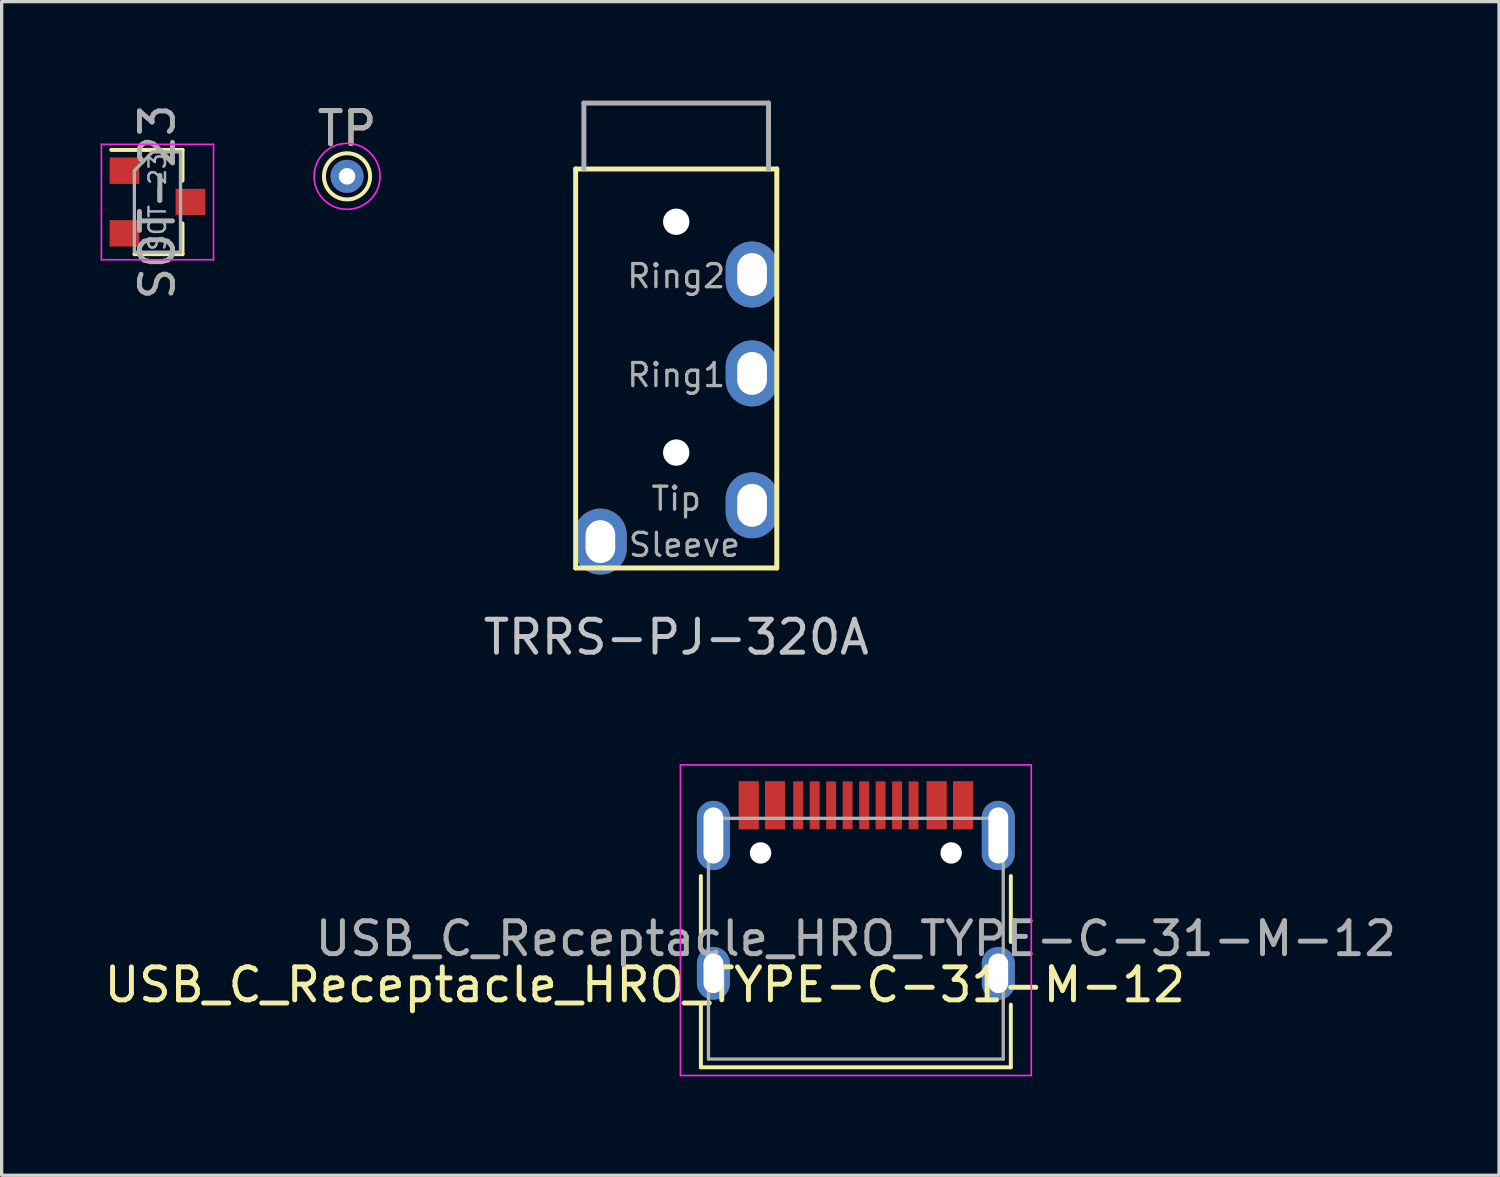
<source format=kicad_pcb>
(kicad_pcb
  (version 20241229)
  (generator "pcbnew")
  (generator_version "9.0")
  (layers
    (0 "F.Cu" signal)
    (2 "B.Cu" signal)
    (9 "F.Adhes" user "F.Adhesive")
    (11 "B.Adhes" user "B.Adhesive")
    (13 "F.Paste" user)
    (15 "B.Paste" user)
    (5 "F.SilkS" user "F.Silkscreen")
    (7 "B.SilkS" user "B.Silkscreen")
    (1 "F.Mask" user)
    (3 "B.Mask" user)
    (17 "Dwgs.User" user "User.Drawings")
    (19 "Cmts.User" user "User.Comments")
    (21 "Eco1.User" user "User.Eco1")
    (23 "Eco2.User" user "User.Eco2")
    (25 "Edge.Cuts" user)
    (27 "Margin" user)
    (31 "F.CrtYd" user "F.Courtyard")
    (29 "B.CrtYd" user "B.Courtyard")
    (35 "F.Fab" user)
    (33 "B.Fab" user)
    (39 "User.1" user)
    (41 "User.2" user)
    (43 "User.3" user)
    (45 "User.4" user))
  (footprint "TRRS-PJ-320A"
    (layer "F.Cu")
    (at 17.458 2.075)
    (property "Reference" "TRRS-PJ-320A" (at 0 14.2 0) (layer "Dwgs.User") (effects (font (size 1 1) (thickness 0.15))))
    (attr through_hole)
    (fp_line (start -3.05 0) (end -3.05 12.1) (stroke (width 0.15) (type solid)) (layer "F.SilkS"))
    (fp_line (start 3.05 0) (end -3.05 0) (stroke (width 0.15) (type solid)) (layer "F.SilkS"))
    (fp_line (start 3.05 0) (end 3.05 12.1) (stroke (width 0.15) (type solid)) (layer "F.SilkS"))
    (fp_line (start 3.05 12.1) (end -3.05 12.1) (stroke (width 0.15) (type solid)) (layer "F.SilkS"))
    (fp_line (start -2.8 0) (end -2.8 -2) (stroke (width 0.15) (type solid)) (layer "F.Fab"))
    (fp_line (start 2.8 -2) (end -2.8 -2) (stroke (width 0.15) (type solid)) (layer "F.Fab"))
    (fp_line (start 2.8 0) (end 2.8 -2) (stroke (width 0.15) (type solid)) (layer "F.Fab"))
    (fp_text user "Ring1" (at 0 6.25 0) (layer "F.Fab") (effects (font (size 0.7 0.7) (thickness 0.1))))
    (fp_text user "Tip" (at 0 10 0) (layer "F.Fab") (effects (font (size 0.7 0.7) (thickness 0.1))))
    (fp_text user "Ring2" (at 0 3.25 0) (layer "F.Fab") (effects (font (size 0.7 0.7) (thickness 0.1))))
    (fp_text user "Sleeve" (at 0.25 11.4 0) (layer "F.Fab") (effects (font (size 0.7 0.7) (thickness 0.1))))
    (pad "" np_thru_hole circle (at 0 1.6) (size 0.8 0.8) (drill 0.8) (layers "*.Cu" "*.Mask"))
    (pad "" np_thru_hole circle (at 0 8.6) (size 0.8 0.8) (drill 0.8) (layers "*.Cu" "*.Mask"))
    (pad "R1" thru_hole oval (at 2.3 6.2) (size 1.6 2) (drill oval 0.9 1.3) (layers "*.Cu" "*.Mask"))
    (pad "R2" thru_hole oval (at 2.3 3.2) (size 1.6 2) (drill oval 0.9 1.3) (layers "*.Cu" "*.Mask"))
    (pad "S" thru_hole oval (at -2.3 11.3) (size 1.6 2) (drill oval 0.9 1.3) (layers "*.Cu" "*.Mask"))
    (pad "T" thru_hole oval (at 2.3 10.2) (size 1.6 2) (drill oval 0.9 1.3) (layers "*.Cu" "*.Mask")))
  (footprint "SOT-23"
    (layer "F.Cu")
    (at 1.725 3.077)
    (property "Reference" "SOT-23" (at 0 0 90) (layer "F.Fab") (effects (font (size 1 1) (thickness 0.15))))
    (attr smd)
    (fp_line (start 0.76 -1.58) (end -1.4 -1.58) (stroke (width 0.12) (type solid)) (layer "F.SilkS"))
    (fp_line (start 0.76 -1.58) (end 0.76 -0.65) (stroke (width 0.12) (type solid)) (layer "F.SilkS"))
    (fp_line (start 0.76 1.58) (end -0.7 1.58) (stroke (width 0.12) (type solid)) (layer "F.SilkS"))
    (fp_line (start 0.76 1.58) (end 0.76 0.65) (stroke (width 0.12) (type solid)) (layer "F.SilkS"))
    (fp_line (start -1.7 -1.75) (end 1.7 -1.75) (stroke (width 0.05) (type solid)) (layer "F.CrtYd"))
    (fp_line (start -1.7 1.75) (end -1.7 -1.75) (stroke (width 0.05) (type solid)) (layer "F.CrtYd"))
    (fp_line (start 1.7 -1.75) (end 1.7 1.75) (stroke (width 0.05) (type solid)) (layer "F.CrtYd"))
    (fp_line (start 1.7 1.75) (end -1.7 1.75) (stroke (width 0.05) (type solid)) (layer "F.CrtYd"))
    (fp_line (start -0.7 -0.95) (end -0.7 1.5) (stroke (width 0.1) (type solid)) (layer "F.Fab"))
    (fp_line (start -0.7 -0.95) (end -0.15 -1.52) (stroke (width 0.1) (type solid)) (layer "F.Fab"))
    (fp_line (start -0.7 1.52) (end 0.7 1.52) (stroke (width 0.1) (type solid)) (layer "F.Fab"))
    (fp_line (start -0.15 -1.52) (end 0.7 -1.52) (stroke (width 0.1) (type solid)) (layer "F.Fab"))
    (fp_line (start 0.7 -1.52) (end 0.7 1.52) (stroke (width 0.1) (type solid)) (layer "F.Fab"))
    (fp_text user "${REFERENCE}" (at 0 0 90) (layer "F.Fab") (effects (font (size 0.5 0.5) (thickness 0.075))))
    (pad "1" smd rect (at -1 -0.95) (size 0.9 0.8) (layers "F.Cu" "F.Mask" "F.Paste"))
    (pad "2" smd rect (at -1 0.95) (size 0.9 0.8) (layers "F.Cu" "F.Mask" "F.Paste"))
    (pad "3" smd rect (at 1 0) (size 0.9 0.8) (layers "F.Cu" "F.Mask" "F.Paste")))
  (footprint "TP"
    (layer "F.Cu")
    (at 7.475 2.298)
    (property "Reference" "TP" (at 0 -1.448 0) (layer "F.SilkS") (effects (font (size 1 1) (thickness 0.15))))
    (attr exclude_from_pos_files exclude_from_bom)
    (fp_circle (center 0 0) (end 0 0.7) (stroke (width 0.12) (type solid)) (fill no) (layer "F.SilkS"))
    (fp_circle (center 0 0) (end 1 0) (stroke (width 0.05) (type solid)) (fill no) (layer "F.CrtYd"))
    (fp_text user "${REFERENCE}" (at 0 -1.45 0) (layer "F.Fab") (effects (font (size 1 1) (thickness 0.15))))
    (pad "1" thru_hole circle (at 0 0) (size 1 1) (drill 0.5) (layers "*.Cu" "*.Mask")))
  (footprint "USB_C_Receptacle_HRO_TYPE-C-31-M-12"
    (layer "F.Cu")
    (at 22.906 25.418)
    (property "Reference" "USB_C_Receptacle_HRO_TYPE-C-31-M-12" (at -6.4 1.4 0) (layer "F.SilkS") (effects (font (size 1 1) (thickness 0.15))))
    (attr smd)
    (fp_line (start -4.7 -1.9) (end -4.7 0.1) (stroke (width 0.12) (type solid)) (layer "F.SilkS"))
    (fp_line (start -4.7 2) (end -4.7 3.9) (stroke (width 0.12) (type solid)) (layer "F.SilkS"))
    (fp_line (start -4.7 3.9) (end 4.7 3.9) (stroke (width 0.12) (type solid)) (layer "F.SilkS"))
    (fp_line (start 4.7 -1.9) (end 4.7 0.1) (stroke (width 0.12) (type solid)) (layer "F.SilkS"))
    (fp_line (start 4.7 2) (end 4.7 3.9) (stroke (width 0.12) (type solid)) (layer "F.SilkS"))
    (fp_line (start -5.32 -5.27) (end -5.32 4.15) (stroke (width 0.05) (type solid)) (layer "F.CrtYd"))
    (fp_line (start -5.32 -5.27) (end 5.32 -5.27) (stroke (width 0.05) (type solid)) (layer "F.CrtYd"))
    (fp_line (start -5.32 4.15) (end 5.32 4.15) (stroke (width 0.05) (type solid)) (layer "F.CrtYd"))
    (fp_line (start 5.32 -5.27) (end 5.32 4.15) (stroke (width 0.05) (type solid)) (layer "F.CrtYd"))
    (fp_line (start -4.47 -3.65) (end -4.47 3.65) (stroke (width 0.1) (type solid)) (layer "F.Fab"))
    (fp_line (start -4.47 -3.65) (end 4.47 -3.65) (stroke (width 0.1) (type solid)) (layer "F.Fab"))
    (fp_line (start -4.47 3.65) (end 4.47 3.65) (stroke (width 0.1) (type solid)) (layer "F.Fab"))
    (fp_line (start 4.47 -3.65) (end 4.47 3.65) (stroke (width 0.1) (type solid)) (layer "F.Fab"))
    (fp_text user "${REFERENCE}" (at 0 0 0) (layer "F.Fab") (effects (font (size 1 1) (thickness 0.15))))
    (pad "" np_thru_hole circle (at -2.89 -2.6) (size 0.65 0.65) (drill 0.65) (layers "*.Cu" "*.Mask"))
    (pad "" np_thru_hole circle (at 2.89 -2.6) (size 0.65 0.65) (drill 0.65) (layers "*.Cu" "*.Mask"))
    (pad "A1" smd rect (at -3.25 -4.045) (size 0.6 1.45) (layers "F.Cu" "F.Mask" "F.Paste"))
    (pad "A4" smd rect (at -2.45 -4.045) (size 0.6 1.45) (layers "F.Cu" "F.Mask" "F.Paste"))
    (pad "A5" smd rect (at -1.25 -4.045) (size 0.3 1.45) (layers "F.Cu" "F.Mask" "F.Paste"))
    (pad "A6" smd rect (at -0.25 -4.045) (size 0.3 1.45) (layers "F.Cu" "F.Mask" "F.Paste"))
    (pad "A7" smd rect (at 0.25 -4.045) (size 0.3 1.45) (layers "F.Cu" "F.Mask" "F.Paste"))
    (pad "A8" smd rect (at 1.25 -4.045) (size 0.3 1.45) (layers "F.Cu" "F.Mask" "F.Paste"))
    (pad "A9" smd rect (at 2.45 -4.045) (size 0.6 1.45) (layers "F.Cu" "F.Mask" "F.Paste"))
    (pad "A12" smd rect (at 3.25 -4.045) (size 0.6 1.45) (layers "F.Cu" "F.Mask" "F.Paste"))
    (pad "B1" smd rect (at 3.25 -4.045) (size 0.6 1.45) (layers "F.Cu" "F.Mask" "F.Paste"))
    (pad "B4" smd rect (at 2.45 -4.045) (size 0.6 1.45) (layers "F.Cu" "F.Mask" "F.Paste"))
    (pad "B5" smd rect (at 1.75 -4.045) (size 0.3 1.45) (layers "F.Cu" "F.Mask" "F.Paste"))
    (pad "B6" smd rect (at 0.75 -4.045) (size 0.3 1.45) (layers "F.Cu" "F.Mask" "F.Paste"))
    (pad "B7" smd rect (at -0.75 -4.045) (size 0.3 1.45) (layers "F.Cu" "F.Mask" "F.Paste"))
    (pad "B8" smd rect (at -1.75 -4.045) (size 0.3 1.45) (layers "F.Cu" "F.Mask" "F.Paste"))
    (pad "B9" smd rect (at -2.45 -4.045) (size 0.6 1.45) (layers "F.Cu" "F.Mask" "F.Paste"))
    (pad "B12" smd rect (at -3.25 -4.045) (size 0.6 1.45) (layers "F.Cu" "F.Mask" "F.Paste"))
    (pad "S1" thru_hole oval (at -4.32 -3.13) (size 1 2.1) (drill oval 0.6 1.7) (layers "*.Cu" "*.Mask" "F.Paste"))
    (pad "S1" thru_hole oval (at -4.32 1.05) (size 1 1.6) (drill oval 0.6 1.2) (layers "*.Cu" "*.Mask" "F.Paste"))
    (pad "S1" thru_hole oval (at 4.32 -3.13) (size 1 2.1) (drill oval 0.6 1.7) (layers "*.Cu" "*.Mask" "F.Paste"))
    (pad "S1" thru_hole oval (at 4.32 1.05) (size 1 1.6) (drill oval 0.6 1.2) (layers "*.Cu" "*.Mask" "F.Paste")))
  (gr_rect
    (start -3 -3)
    (end 42.412 32.593)
    (stroke (width 0.1) (type default))
    (fill no)
    (layer "Edge.Cuts")))
</source>
